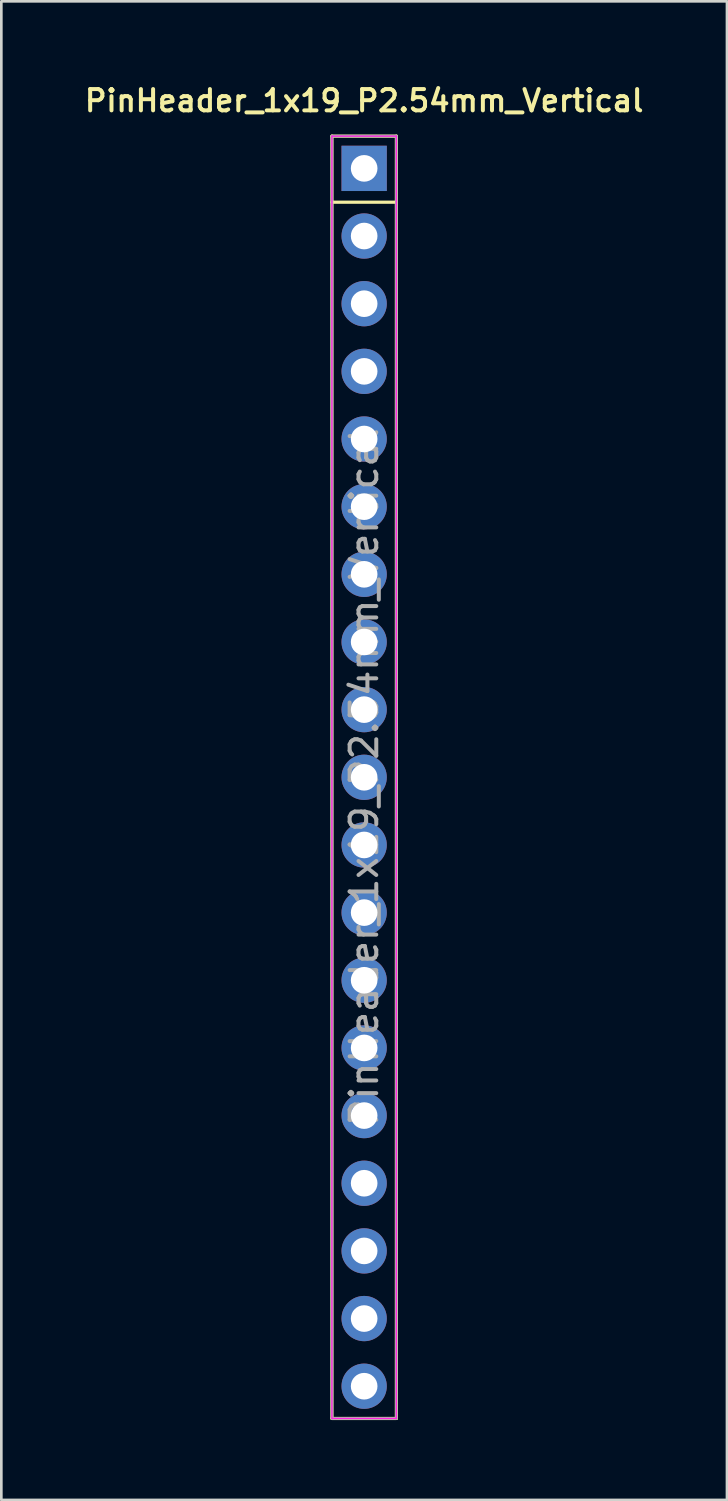
<source format=kicad_pcb>
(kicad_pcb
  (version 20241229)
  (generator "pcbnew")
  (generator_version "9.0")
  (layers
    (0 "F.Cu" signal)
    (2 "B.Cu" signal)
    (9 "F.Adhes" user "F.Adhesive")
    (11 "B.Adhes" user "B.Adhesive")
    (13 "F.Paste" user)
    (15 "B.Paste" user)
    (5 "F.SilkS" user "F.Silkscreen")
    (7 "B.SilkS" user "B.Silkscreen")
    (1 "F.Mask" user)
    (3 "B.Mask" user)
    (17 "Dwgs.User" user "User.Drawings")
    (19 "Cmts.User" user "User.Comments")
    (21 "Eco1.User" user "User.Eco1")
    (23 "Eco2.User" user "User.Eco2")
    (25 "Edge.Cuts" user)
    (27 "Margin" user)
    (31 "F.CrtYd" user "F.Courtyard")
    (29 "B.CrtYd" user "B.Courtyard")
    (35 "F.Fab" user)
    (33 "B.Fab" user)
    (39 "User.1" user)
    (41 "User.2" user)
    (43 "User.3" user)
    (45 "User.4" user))
  (footprint "PinHeader_1x19_P2.54mm_Vertical"
    (layer "F.Cu")
    (at 10.621 3.271)
    (property "Reference" "PinHeader_1x19_P2.54mm_Vertical" (at 0 -2.54 0) (layer "F.SilkS") (effects (font (size 0.8 0.8) (thickness 0.15))))
    (attr through_hole)
    (fp_line (start -1.21 -1.21) (end -1.21 46.93) (stroke (width 0.12) (type solid)) (layer "F.SilkS"))
    (fp_line (start -1.21 -1.21) (end 1.21 -1.21) (stroke (width 0.12) (type solid)) (layer "F.SilkS"))
    (fp_line (start -1.21 1.27) (end 1.21 1.27) (stroke (width 0.12) (type solid)) (layer "F.SilkS"))
    (fp_line (start -1.21 46.93) (end 1.21 46.93) (stroke (width 0.12) (type solid)) (layer "F.SilkS"))
    (fp_line (start 1.21 -1.21) (end 1.21 46.93) (stroke (width 0.12) (type solid)) (layer "F.SilkS"))
    (fp_line (start -1.21 -1.21) (end -1.21 46.93) (stroke (width 0.05) (type solid)) (layer "F.CrtYd"))
    (fp_line (start -1.21 46.93) (end 1.21 46.93) (stroke (width 0.05) (type solid)) (layer "F.CrtYd"))
    (fp_line (start 1.21 -1.21) (end -1.21 -1.21) (stroke (width 0.05) (type solid)) (layer "F.CrtYd"))
    (fp_line (start 1.21 46.93) (end 1.21 -1.21) (stroke (width 0.05) (type solid)) (layer "F.CrtYd"))
    (fp_line (start -1.21 -1.21) (end 1.21 -1.21) (stroke (width 0.1) (type solid)) (layer "F.Fab"))
    (fp_line (start -1.21 46.93) (end -1.21 -1.21) (stroke (width 0.1) (type solid)) (layer "F.Fab"))
    (fp_line (start 1.21 -1.21) (end 1.21 46.93) (stroke (width 0.1) (type solid)) (layer "F.Fab"))
    (fp_line (start 1.21 46.93) (end -1.21 46.93) (stroke (width 0.1) (type solid)) (layer "F.Fab"))
    (fp_text user "${REFERENCE}" (at 0 22.86 90) (layer "F.Fab") (effects (font (size 1 1) (thickness 0.15))))
    (pad "1" thru_hole rect (at 0 0) (size 1.7 1.7) (drill 1) (layers "*.Cu" "*.Mask"))
    (pad "2" thru_hole oval (at 0 2.54) (size 1.7 1.7) (drill 1) (layers "*.Cu" "*.Mask"))
    (pad "3" thru_hole oval (at 0 5.08) (size 1.7 1.7) (drill 1) (layers "*.Cu" "*.Mask"))
    (pad "4" thru_hole oval (at 0 7.62) (size 1.7 1.7) (drill 1) (layers "*.Cu" "*.Mask"))
    (pad "5" thru_hole oval (at 0 10.16) (size 1.7 1.7) (drill 1) (layers "*.Cu" "*.Mask"))
    (pad "6" thru_hole oval (at 0 12.7) (size 1.7 1.7) (drill 1) (layers "*.Cu" "*.Mask"))
    (pad "7" thru_hole oval (at 0 15.24) (size 1.7 1.7) (drill 1) (layers "*.Cu" "*.Mask"))
    (pad "8" thru_hole oval (at 0 17.78) (size 1.7 1.7) (drill 1) (layers "*.Cu" "*.Mask"))
    (pad "9" thru_hole oval (at 0 20.32) (size 1.7 1.7) (drill 1) (layers "*.Cu" "*.Mask"))
    (pad "10" thru_hole oval (at 0 22.86) (size 1.7 1.7) (drill 1) (layers "*.Cu" "*.Mask"))
    (pad "11" thru_hole oval (at 0 25.4) (size 1.7 1.7) (drill 1) (layers "*.Cu" "*.Mask"))
    (pad "12" thru_hole oval (at 0 27.94) (size 1.7 1.7) (drill 1) (layers "*.Cu" "*.Mask"))
    (pad "13" thru_hole oval (at 0 30.48) (size 1.7 1.7) (drill 1) (layers "*.Cu" "*.Mask"))
    (pad "14" thru_hole oval (at 0 33.02) (size 1.7 1.7) (drill 1) (layers "*.Cu" "*.Mask"))
    (pad "15" thru_hole oval (at 0 35.56) (size 1.7 1.7) (drill 1) (layers "*.Cu" "*.Mask"))
    (pad "16" thru_hole oval (at 0 38.1) (size 1.7 1.7) (drill 1) (layers "*.Cu" "*.Mask"))
    (pad "17" thru_hole oval (at 0 40.64) (size 1.7 1.7) (drill 1) (layers "*.Cu" "*.Mask"))
    (pad "18" thru_hole oval (at 0 43.18) (size 1.7 1.7) (drill 1) (layers "*.Cu" "*.Mask"))
    (pad "19" thru_hole oval (at 0 45.72) (size 1.7 1.7) (drill 1) (layers "*.Cu" "*.Mask")))
  (gr_rect
    (start -3 -3)
    (end 24.242 53.261)
    (stroke (width 0.1) (type default))
    (fill no)
    (layer "Edge.Cuts")))
</source>
